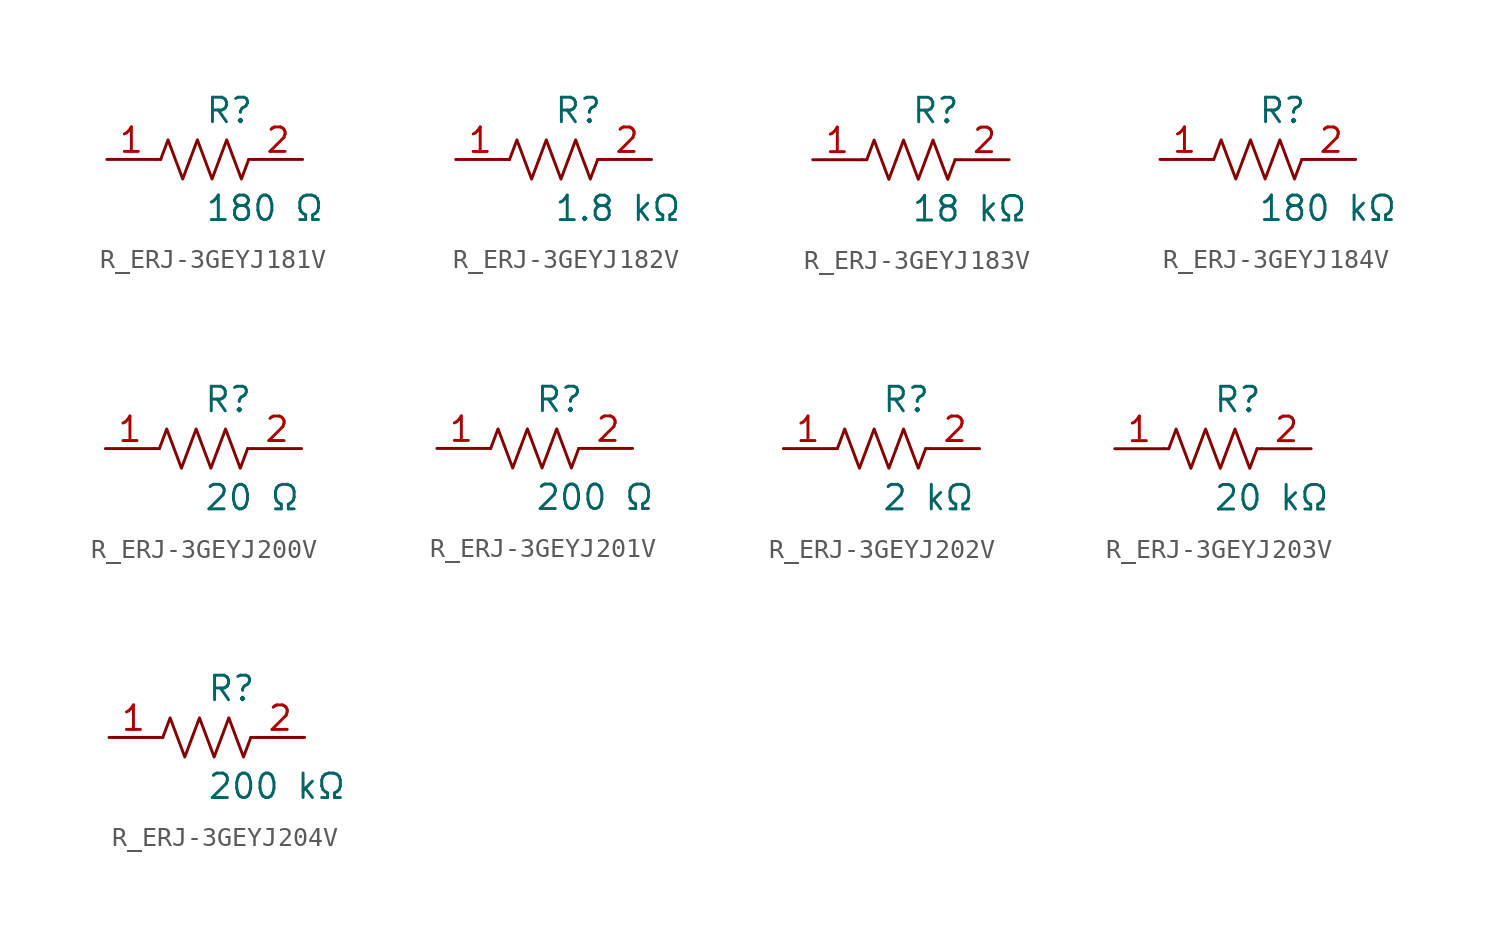
<source format=kicad_sym>
(kicad_symbol_lib
  (version 20231120)
  (generator kicad_symbol_editor)
  (generator_version 8.0)
  (symbol "R_ERJ-3GEYJ181V"
    (pin_names
      (offset 0.254))
    (property "Reference" "R"
      (at 0 2.54 0)
      (effects (font (size 1.27 1.27)) (justify left)))
    (property "Value" "180 Ω"
      (at 0 -2.54 0)
      (effects (font (size 1.27 1.27)) (justify left)))
    (symbol "R_ERJ-3GEYJ181V_0_1"
      (polyline (pts (xy 2.286 0) (xy 2.54 0)) (stroke (width 0) (type default)) (fill (type none)))
      (polyline (pts (xy -2.286 0) (xy -2.54 0)) (stroke (width 0) (type default)) (fill (type none)))
      (polyline (pts (xy 0.762 0) (xy 1.143 1.016) (xy 1.524 0) (xy 1.905 -1.016) (xy 2.286 0)) (stroke (width 0) (type default)) (fill (type none)))
      (polyline (pts (xy -0.762 0) (xy -0.381 1.016) (xy 0 0) (xy 0.381 -1.016) (xy 0.762 0)) (stroke (width 0) (type default)) (fill (type none)))
      (polyline (pts (xy -2.286 0) (xy -1.905 1.016) (xy -1.524 0) (xy -1.143 -1.016) (xy -0.762 0)) (stroke (width 0) (type default)) (fill (type none))))
    (pin passive line
      (at -5.08 0 0)
      (length 2.54)
      (name "" (effects (font (size 1.27 1.27))))
      (number "1" (effects (font (size 1.27 1.27)))))
    (pin passive line
      (at 5.08 0 180)
      (length 2.54)
      (name "" (effects (font (size 1.27 1.27))))
      (number "2" (effects (font (size 1.27 1.27))))))
  (symbol "R_ERJ-3GEYJ182V"
    (pin_names
      (offset 0.254))
    (property "Reference" "R"
      (at 0 2.54 0)
      (effects (font (size 1.27 1.27)) (justify left)))
    (property "Value" "1.8 kΩ"
      (at 0 -2.54 0)
      (effects (font (size 1.27 1.27)) (justify left)))
    (symbol "R_ERJ-3GEYJ182V_0_1"
      (polyline (pts (xy 2.286 0) (xy 2.54 0)) (stroke (width 0) (type default)) (fill (type none)))
      (polyline (pts (xy -2.286 0) (xy -2.54 0)) (stroke (width 0) (type default)) (fill (type none)))
      (polyline (pts (xy 0.762 0) (xy 1.143 1.016) (xy 1.524 0) (xy 1.905 -1.016) (xy 2.286 0)) (stroke (width 0) (type default)) (fill (type none)))
      (polyline (pts (xy -0.762 0) (xy -0.381 1.016) (xy 0 0) (xy 0.381 -1.016) (xy 0.762 0)) (stroke (width 0) (type default)) (fill (type none)))
      (polyline (pts (xy -2.286 0) (xy -1.905 1.016) (xy -1.524 0) (xy -1.143 -1.016) (xy -0.762 0)) (stroke (width 0) (type default)) (fill (type none))))
    (pin passive line
      (at -5.08 0 0)
      (length 2.54)
      (name "" (effects (font (size 1.27 1.27))))
      (number "1" (effects (font (size 1.27 1.27)))))
    (pin passive line
      (at 5.08 0 180)
      (length 2.54)
      (name "" (effects (font (size 1.27 1.27))))
      (number "2" (effects (font (size 1.27 1.27))))))
  (symbol "R_ERJ-3GEYJ183V"
    (pin_names
      (offset 0.254))
    (property "Reference" "R"
      (at 0 2.54 0)
      (effects (font (size 1.27 1.27)) (justify left)))
    (property "Value" "18 kΩ"
      (at 0 -2.54 0)
      (effects (font (size 1.27 1.27)) (justify left)))
    (symbol "R_ERJ-3GEYJ183V_0_1"
      (polyline (pts (xy 2.286 0) (xy 2.54 0)) (stroke (width 0) (type default)) (fill (type none)))
      (polyline (pts (xy -2.286 0) (xy -2.54 0)) (stroke (width 0) (type default)) (fill (type none)))
      (polyline (pts (xy 0.762 0) (xy 1.143 1.016) (xy 1.524 0) (xy 1.905 -1.016) (xy 2.286 0)) (stroke (width 0) (type default)) (fill (type none)))
      (polyline (pts (xy -0.762 0) (xy -0.381 1.016) (xy 0 0) (xy 0.381 -1.016) (xy 0.762 0)) (stroke (width 0) (type default)) (fill (type none)))
      (polyline (pts (xy -2.286 0) (xy -1.905 1.016) (xy -1.524 0) (xy -1.143 -1.016) (xy -0.762 0)) (stroke (width 0) (type default)) (fill (type none))))
    (pin passive line
      (at -5.08 0 0)
      (length 2.54)
      (name "" (effects (font (size 1.27 1.27))))
      (number "1" (effects (font (size 1.27 1.27)))))
    (pin passive line
      (at 5.08 0 180)
      (length 2.54)
      (name "" (effects (font (size 1.27 1.27))))
      (number "2" (effects (font (size 1.27 1.27))))))
  (symbol "R_ERJ-3GEYJ184V"
    (pin_names
      (offset 0.254))
    (property "Reference" "R"
      (at 0 2.54 0)
      (effects (font (size 1.27 1.27)) (justify left)))
    (property "Value" "180 kΩ"
      (at 0 -2.54 0)
      (effects (font (size 1.27 1.27)) (justify left)))
    (symbol "R_ERJ-3GEYJ184V_0_1"
      (polyline (pts (xy 2.286 0) (xy 2.54 0)) (stroke (width 0) (type default)) (fill (type none)))
      (polyline (pts (xy -2.286 0) (xy -2.54 0)) (stroke (width 0) (type default)) (fill (type none)))
      (polyline (pts (xy 0.762 0) (xy 1.143 1.016) (xy 1.524 0) (xy 1.905 -1.016) (xy 2.286 0)) (stroke (width 0) (type default)) (fill (type none)))
      (polyline (pts (xy -0.762 0) (xy -0.381 1.016) (xy 0 0) (xy 0.381 -1.016) (xy 0.762 0)) (stroke (width 0) (type default)) (fill (type none)))
      (polyline (pts (xy -2.286 0) (xy -1.905 1.016) (xy -1.524 0) (xy -1.143 -1.016) (xy -0.762 0)) (stroke (width 0) (type default)) (fill (type none))))
    (pin passive line
      (at -5.08 0 0)
      (length 2.54)
      (name "" (effects (font (size 1.27 1.27))))
      (number "1" (effects (font (size 1.27 1.27)))))
    (pin passive line
      (at 5.08 0 180)
      (length 2.54)
      (name "" (effects (font (size 1.27 1.27))))
      (number "2" (effects (font (size 1.27 1.27))))))
  (symbol "R_ERJ-3GEYJ200V"
    (pin_names
      (offset 0.254))
    (property "Reference" "R"
      (at 0 2.54 0)
      (effects (font (size 1.27 1.27)) (justify left)))
    (property "Value" "20 Ω"
      (at 0 -2.54 0)
      (effects (font (size 1.27 1.27)) (justify left)))
    (symbol "R_ERJ-3GEYJ200V_0_1"
      (polyline (pts (xy 2.286 0) (xy 2.54 0)) (stroke (width 0) (type default)) (fill (type none)))
      (polyline (pts (xy -2.286 0) (xy -2.54 0)) (stroke (width 0) (type default)) (fill (type none)))
      (polyline (pts (xy 0.762 0) (xy 1.143 1.016) (xy 1.524 0) (xy 1.905 -1.016) (xy 2.286 0)) (stroke (width 0) (type default)) (fill (type none)))
      (polyline (pts (xy -0.762 0) (xy -0.381 1.016) (xy 0 0) (xy 0.381 -1.016) (xy 0.762 0)) (stroke (width 0) (type default)) (fill (type none)))
      (polyline (pts (xy -2.286 0) (xy -1.905 1.016) (xy -1.524 0) (xy -1.143 -1.016) (xy -0.762 0)) (stroke (width 0) (type default)) (fill (type none))))
    (pin passive line
      (at -5.08 0 0)
      (length 2.54)
      (name "" (effects (font (size 1.27 1.27))))
      (number "1" (effects (font (size 1.27 1.27)))))
    (pin passive line
      (at 5.08 0 180)
      (length 2.54)
      (name "" (effects (font (size 1.27 1.27))))
      (number "2" (effects (font (size 1.27 1.27))))))
  (symbol "R_ERJ-3GEYJ201V"
    (pin_names
      (offset 0.254))
    (property "Reference" "R"
      (at 0 2.54 0)
      (effects (font (size 1.27 1.27)) (justify left)))
    (property "Value" "200 Ω"
      (at 0 -2.54 0)
      (effects (font (size 1.27 1.27)) (justify left)))
    (symbol "R_ERJ-3GEYJ201V_0_1"
      (polyline (pts (xy 2.286 0) (xy 2.54 0)) (stroke (width 0) (type default)) (fill (type none)))
      (polyline (pts (xy -2.286 0) (xy -2.54 0)) (stroke (width 0) (type default)) (fill (type none)))
      (polyline (pts (xy 0.762 0) (xy 1.143 1.016) (xy 1.524 0) (xy 1.905 -1.016) (xy 2.286 0)) (stroke (width 0) (type default)) (fill (type none)))
      (polyline (pts (xy -0.762 0) (xy -0.381 1.016) (xy 0 0) (xy 0.381 -1.016) (xy 0.762 0)) (stroke (width 0) (type default)) (fill (type none)))
      (polyline (pts (xy -2.286 0) (xy -1.905 1.016) (xy -1.524 0) (xy -1.143 -1.016) (xy -0.762 0)) (stroke (width 0) (type default)) (fill (type none))))
    (pin passive line
      (at -5.08 0 0)
      (length 2.54)
      (name "" (effects (font (size 1.27 1.27))))
      (number "1" (effects (font (size 1.27 1.27)))))
    (pin passive line
      (at 5.08 0 180)
      (length 2.54)
      (name "" (effects (font (size 1.27 1.27))))
      (number "2" (effects (font (size 1.27 1.27))))))
  (symbol "R_ERJ-3GEYJ202V"
    (pin_names
      (offset 0.254))
    (property "Reference" "R"
      (at 0 2.54 0)
      (effects (font (size 1.27 1.27)) (justify left)))
    (property "Value" "2 kΩ"
      (at 0 -2.54 0)
      (effects (font (size 1.27 1.27)) (justify left)))
    (symbol "R_ERJ-3GEYJ202V_0_1"
      (polyline (pts (xy 2.286 0) (xy 2.54 0)) (stroke (width 0) (type default)) (fill (type none)))
      (polyline (pts (xy -2.286 0) (xy -2.54 0)) (stroke (width 0) (type default)) (fill (type none)))
      (polyline (pts (xy 0.762 0) (xy 1.143 1.016) (xy 1.524 0) (xy 1.905 -1.016) (xy 2.286 0)) (stroke (width 0) (type default)) (fill (type none)))
      (polyline (pts (xy -0.762 0) (xy -0.381 1.016) (xy 0 0) (xy 0.381 -1.016) (xy 0.762 0)) (stroke (width 0) (type default)) (fill (type none)))
      (polyline (pts (xy -2.286 0) (xy -1.905 1.016) (xy -1.524 0) (xy -1.143 -1.016) (xy -0.762 0)) (stroke (width 0) (type default)) (fill (type none))))
    (pin passive line
      (at -5.08 0 0)
      (length 2.54)
      (name "" (effects (font (size 1.27 1.27))))
      (number "1" (effects (font (size 1.27 1.27)))))
    (pin passive line
      (at 5.08 0 180)
      (length 2.54)
      (name "" (effects (font (size 1.27 1.27))))
      (number "2" (effects (font (size 1.27 1.27))))))
  (symbol "R_ERJ-3GEYJ203V"
    (pin_names
      (offset 0.254))
    (property "Reference" "R"
      (at 0 2.54 0)
      (effects (font (size 1.27 1.27)) (justify left)))
    (property "Value" "20 kΩ"
      (at 0 -2.54 0)
      (effects (font (size 1.27 1.27)) (justify left)))
    (symbol "R_ERJ-3GEYJ203V_0_1"
      (polyline (pts (xy 2.286 0) (xy 2.54 0)) (stroke (width 0) (type default)) (fill (type none)))
      (polyline (pts (xy -2.286 0) (xy -2.54 0)) (stroke (width 0) (type default)) (fill (type none)))
      (polyline (pts (xy 0.762 0) (xy 1.143 1.016) (xy 1.524 0) (xy 1.905 -1.016) (xy 2.286 0)) (stroke (width 0) (type default)) (fill (type none)))
      (polyline (pts (xy -0.762 0) (xy -0.381 1.016) (xy 0 0) (xy 0.381 -1.016) (xy 0.762 0)) (stroke (width 0) (type default)) (fill (type none)))
      (polyline (pts (xy -2.286 0) (xy -1.905 1.016) (xy -1.524 0) (xy -1.143 -1.016) (xy -0.762 0)) (stroke (width 0) (type default)) (fill (type none))))
    (pin passive line
      (at -5.08 0 0)
      (length 2.54)
      (name "" (effects (font (size 1.27 1.27))))
      (number "1" (effects (font (size 1.27 1.27)))))
    (pin passive line
      (at 5.08 0 180)
      (length 2.54)
      (name "" (effects (font (size 1.27 1.27))))
      (number "2" (effects (font (size 1.27 1.27))))))
  (symbol "R_ERJ-3GEYJ204V"
    (pin_names
      (offset 0.254))
    (property "Reference" "R"
      (at 0 2.54 0)
      (effects (font (size 1.27 1.27)) (justify left)))
    (property "Value" "200 kΩ"
      (at 0 -2.54 0)
      (effects (font (size 1.27 1.27)) (justify left)))
    (symbol "R_ERJ-3GEYJ204V_0_1"
      (polyline (pts (xy 2.286 0) (xy 2.54 0)) (stroke (width 0) (type default)) (fill (type none)))
      (polyline (pts (xy -2.286 0) (xy -2.54 0)) (stroke (width 0) (type default)) (fill (type none)))
      (polyline (pts (xy 0.762 0) (xy 1.143 1.016) (xy 1.524 0) (xy 1.905 -1.016) (xy 2.286 0)) (stroke (width 0) (type default)) (fill (type none)))
      (polyline (pts (xy -0.762 0) (xy -0.381 1.016) (xy 0 0) (xy 0.381 -1.016) (xy 0.762 0)) (stroke (width 0) (type default)) (fill (type none)))
      (polyline (pts (xy -2.286 0) (xy -1.905 1.016) (xy -1.524 0) (xy -1.143 -1.016) (xy -0.762 0)) (stroke (width 0) (type default)) (fill (type none))))
    (pin passive line
      (at -5.08 0 0)
      (length 2.54)
      (name "" (effects (font (size 1.27 1.27))))
      (number "1" (effects (font (size 1.27 1.27)))))
    (pin passive line
      (at 5.08 0 180)
      (length 2.54)
      (name "" (effects (font (size 1.27 1.27))))
      (number "2" (effects (font (size 1.27 1.27)))))))
</source>
